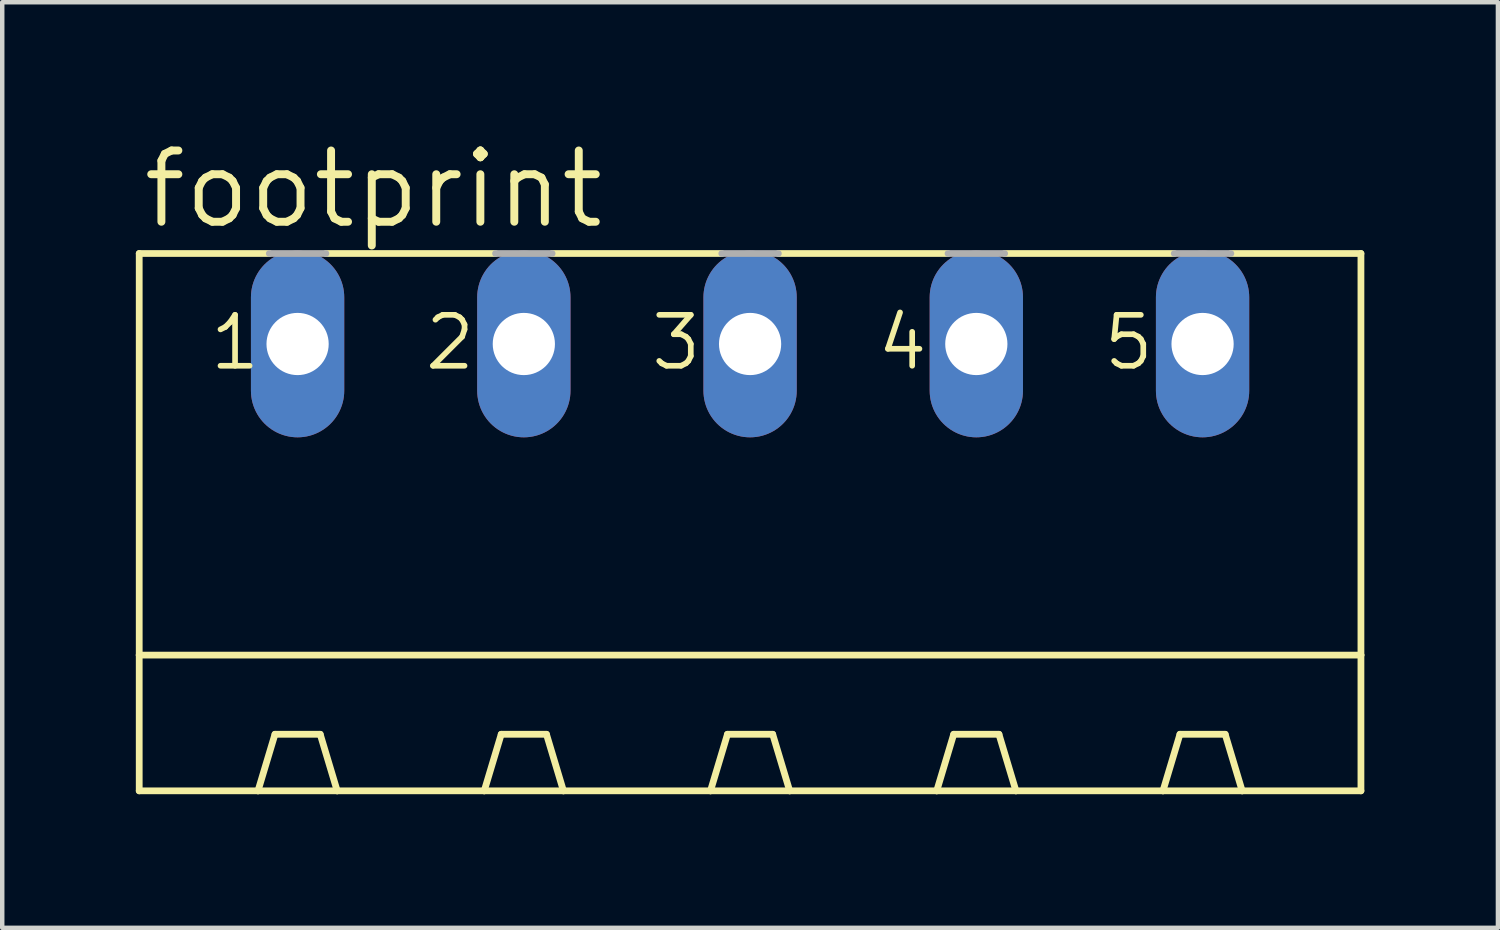
<source format=kicad_pcb>
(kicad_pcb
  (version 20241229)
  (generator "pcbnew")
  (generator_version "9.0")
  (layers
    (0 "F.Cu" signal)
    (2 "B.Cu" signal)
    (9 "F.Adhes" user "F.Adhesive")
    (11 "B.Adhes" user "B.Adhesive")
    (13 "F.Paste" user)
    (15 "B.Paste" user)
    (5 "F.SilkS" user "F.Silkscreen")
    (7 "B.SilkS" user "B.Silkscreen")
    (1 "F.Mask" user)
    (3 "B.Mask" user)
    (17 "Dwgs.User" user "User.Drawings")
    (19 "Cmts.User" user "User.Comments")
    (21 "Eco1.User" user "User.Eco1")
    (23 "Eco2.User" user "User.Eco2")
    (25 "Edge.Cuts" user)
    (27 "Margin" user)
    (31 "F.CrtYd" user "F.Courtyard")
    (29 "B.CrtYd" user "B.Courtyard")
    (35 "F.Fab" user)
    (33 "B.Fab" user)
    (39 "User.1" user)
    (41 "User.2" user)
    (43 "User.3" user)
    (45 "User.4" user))
  (footprint "footprint"
    (layer "F.Cu")
    (at 13.792 9.754)
    (property "Reference" "footprint" (at -13.716 -7.62 0) (layer "F.SilkS") (effects (font (size 1.6 1.6) (thickness 0.178)) (justify left bottom)))
    (fp_line (start -13.716 -7.112) (end -13.716 1.905) (stroke (width 0.152) (type solid)) (layer "F.SilkS"))
    (fp_line (start -13.716 -7.112) (end -10.795 -7.112) (stroke (width 0.152) (type solid)) (layer "F.SilkS"))
    (fp_line (start -13.716 1.905) (end -13.716 4.953) (stroke (width 0.152) (type solid)) (layer "F.SilkS"))
    (fp_line (start -13.716 1.905) (end 13.716 1.905) (stroke (width 0.152) (type solid)) (layer "F.SilkS"))
    (fp_line (start -13.716 4.953) (end -11.049 4.953) (stroke (width 0.152) (type solid)) (layer "F.SilkS"))
    (fp_line (start -11.049 4.953) (end -10.668 3.683) (stroke (width 0.152) (type solid)) (layer "F.SilkS"))
    (fp_line (start -11.049 4.953) (end -9.271 4.953) (stroke (width 0.152) (type solid)) (layer "F.SilkS"))
    (fp_line (start -9.652 3.683) (end -10.668 3.683) (stroke (width 0.152) (type solid)) (layer "F.SilkS"))
    (fp_line (start -9.525 -7.112) (end -5.715 -7.112) (stroke (width 0.152) (type solid)) (layer "F.SilkS"))
    (fp_line (start -9.271 4.953) (end -9.652 3.683) (stroke (width 0.152) (type solid)) (layer "F.SilkS"))
    (fp_line (start -9.271 4.953) (end -5.969 4.953) (stroke (width 0.152) (type solid)) (layer "F.SilkS"))
    (fp_line (start -5.969 4.953) (end -5.588 3.683) (stroke (width 0.152) (type solid)) (layer "F.SilkS"))
    (fp_line (start -5.969 4.953) (end -4.191 4.953) (stroke (width 0.152) (type solid)) (layer "F.SilkS"))
    (fp_line (start -5.588 3.683) (end -4.572 3.683) (stroke (width 0.152) (type solid)) (layer "F.SilkS"))
    (fp_line (start -4.445 -7.112) (end -0.635 -7.112) (stroke (width 0.152) (type solid)) (layer "F.SilkS"))
    (fp_line (start -4.191 4.953) (end -4.572 3.683) (stroke (width 0.152) (type solid)) (layer "F.SilkS"))
    (fp_line (start -4.191 4.953) (end -0.889 4.953) (stroke (width 0.152) (type solid)) (layer "F.SilkS"))
    (fp_line (start -0.889 4.953) (end -0.508 3.683) (stroke (width 0.152) (type solid)) (layer "F.SilkS"))
    (fp_line (start -0.889 4.953) (end 0.889 4.953) (stroke (width 0.152) (type solid)) (layer "F.SilkS"))
    (fp_line (start -0.508 3.683) (end 0.508 3.683) (stroke (width 0.152) (type solid)) (layer "F.SilkS"))
    (fp_line (start 0.635 -7.112) (end 4.445 -7.112) (stroke (width 0.152) (type solid)) (layer "F.SilkS"))
    (fp_line (start 0.889 4.953) (end 0.508 3.683) (stroke (width 0.152) (type solid)) (layer "F.SilkS"))
    (fp_line (start 0.889 4.953) (end 4.191 4.953) (stroke (width 0.152) (type solid)) (layer "F.SilkS"))
    (fp_line (start 4.191 4.953) (end 4.572 3.683) (stroke (width 0.152) (type solid)) (layer "F.SilkS"))
    (fp_line (start 4.191 4.953) (end 5.969 4.953) (stroke (width 0.152) (type solid)) (layer "F.SilkS"))
    (fp_line (start 4.572 3.683) (end 5.588 3.683) (stroke (width 0.152) (type solid)) (layer "F.SilkS"))
    (fp_line (start 5.715 -7.112) (end 9.525 -7.112) (stroke (width 0.152) (type solid)) (layer "F.SilkS"))
    (fp_line (start 5.969 4.953) (end 5.588 3.683) (stroke (width 0.152) (type solid)) (layer "F.SilkS"))
    (fp_line (start 5.969 4.953) (end 9.271 4.953) (stroke (width 0.152) (type solid)) (layer "F.SilkS"))
    (fp_line (start 9.271 4.953) (end 9.652 3.683) (stroke (width 0.152) (type solid)) (layer "F.SilkS"))
    (fp_line (start 9.271 4.953) (end 11.049 4.953) (stroke (width 0.152) (type solid)) (layer "F.SilkS"))
    (fp_line (start 9.652 3.683) (end 10.668 3.683) (stroke (width 0.152) (type solid)) (layer "F.SilkS"))
    (fp_line (start 10.795 -7.112) (end 13.716 -7.112) (stroke (width 0.152) (type solid)) (layer "F.SilkS"))
    (fp_line (start 11.049 4.953) (end 10.668 3.683) (stroke (width 0.152) (type solid)) (layer "F.SilkS"))
    (fp_line (start 11.049 4.953) (end 13.716 4.953) (stroke (width 0.152) (type solid)) (layer "F.SilkS"))
    (fp_line (start 13.716 -7.112) (end 13.716 1.905) (stroke (width 0.152) (type solid)) (layer "F.SilkS"))
    (fp_line (start 13.716 1.905) (end 13.716 4.953) (stroke (width 0.152) (type solid)) (layer "F.SilkS"))
    (fp_line (start -10.795 -7.112) (end -9.525 -7.112) (stroke (width 0.152) (type solid)) (layer "F.Fab"))
    (fp_line (start -5.715 -7.112) (end -4.445 -7.112) (stroke (width 0.152) (type solid)) (layer "F.Fab"))
    (fp_line (start -0.635 -7.112) (end 0.635 -7.112) (stroke (width 0.152) (type solid)) (layer "F.Fab"))
    (fp_line (start 4.445 -7.112) (end 5.715 -7.112) (stroke (width 0.152) (type solid)) (layer "F.Fab"))
    (fp_line (start 9.525 -7.112) (end 10.795 -7.112) (stroke (width 0.152) (type solid)) (layer "F.Fab"))
    (fp_text user "1" (at -12.192 -4.445 0) (layer "F.SilkS") (effects (font (size 1.143 1.143) (thickness 0.127)) (justify left bottom)))
    (fp_text user "3" (at -2.286 -4.445 0) (layer "F.SilkS") (effects (font (size 1.143 1.143) (thickness 0.127)) (justify left bottom)))
    (fp_text user "2" (at -7.366 -4.445 0) (layer "F.SilkS") (effects (font (size 1.143 1.143) (thickness 0.127)) (justify left bottom)))
    (fp_text user "4" (at 2.794 -4.445 0) (layer "F.SilkS") (effects (font (size 1.143 1.143) (thickness 0.127)) (justify left bottom)))
    (fp_text user "5" (at 7.874 -4.445 0) (layer "F.SilkS") (effects (font (size 1.143 1.143) (thickness 0.127)) (justify left bottom)))
    (pad "1" thru_hole oval (at -10.16 -5.08 90) (size 4.191 2.095) (drill 1.397) (layers "*.Cu" "*.Mask"))
    (pad "2" thru_hole oval (at -5.08 -5.08 90) (size 4.191 2.095) (drill 1.397) (layers "*.Cu" "*.Mask"))
    (pad "3" thru_hole oval (at 0 -5.08 90) (size 4.191 2.095) (drill 1.397) (layers "*.Cu" "*.Mask"))
    (pad "4" thru_hole oval (at 5.08 -5.08 90) (size 4.191 2.095) (drill 1.397) (layers "*.Cu" "*.Mask"))
    (pad "5" thru_hole oval (at 10.16 -5.08 90) (size 4.191 2.095) (drill 1.397) (layers "*.Cu" "*.Mask")))
  (gr_rect
    (start -3 -3)
    (end 30.584 17.783)
    (stroke (width 0.1) (type default))
    (fill no)
    (layer "Edge.Cuts")))
</source>
